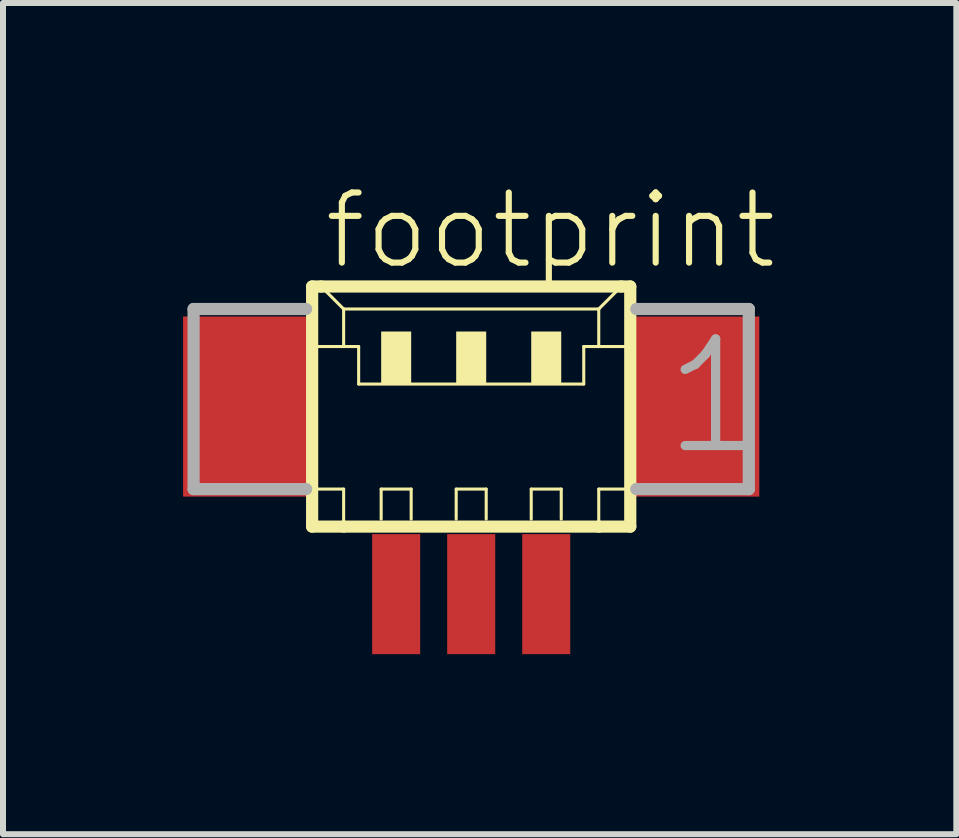
<source format=kicad_pcb>
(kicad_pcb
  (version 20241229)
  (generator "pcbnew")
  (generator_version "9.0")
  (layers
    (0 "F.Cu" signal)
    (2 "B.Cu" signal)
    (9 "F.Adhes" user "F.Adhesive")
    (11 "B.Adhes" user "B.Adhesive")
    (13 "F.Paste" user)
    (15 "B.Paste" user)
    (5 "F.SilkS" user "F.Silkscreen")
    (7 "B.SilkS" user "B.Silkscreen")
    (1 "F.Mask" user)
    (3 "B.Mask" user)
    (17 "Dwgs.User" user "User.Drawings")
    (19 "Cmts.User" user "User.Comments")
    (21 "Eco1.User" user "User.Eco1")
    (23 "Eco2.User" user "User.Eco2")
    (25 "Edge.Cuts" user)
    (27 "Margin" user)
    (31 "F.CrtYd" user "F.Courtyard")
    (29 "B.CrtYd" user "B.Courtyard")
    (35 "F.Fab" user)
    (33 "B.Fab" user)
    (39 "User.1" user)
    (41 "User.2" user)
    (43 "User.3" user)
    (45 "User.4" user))
  (footprint "footprint"
    (layer "F.Cu")
    (at 4.8 4.348)
    (property "Reference" "footprint" (at -2.5 -2.875 0) (layer "F.SilkS") (effects (font (size 1.168 1.168) (thickness 0.102)) (justify left bottom)))
    (fp_line (start -2.65 -2.625) (end -2.65 1.375) (stroke (width 0.203) (type solid)) (layer "F.SilkS"))
    (fp_line (start -2.65 1.375) (end -2.125 1.375) (stroke (width 0.203) (type solid)) (layer "F.SilkS"))
    (fp_line (start -2.625 -1.625) (end -2.125 -1.625) (stroke (width 0.051) (type solid)) (layer "F.SilkS"))
    (fp_line (start -2.625 0.75) (end -2.125 0.75) (stroke (width 0.051) (type solid)) (layer "F.SilkS"))
    (fp_line (start -2.5 -2.625) (end -2.65 -2.625) (stroke (width 0.203) (type solid)) (layer "F.SilkS"))
    (fp_line (start -2.125 -2.25) (end -2.5 -2.625) (stroke (width 0.051) (type solid)) (layer "F.SilkS"))
    (fp_line (start -2.125 -2.25) (end 2.125 -2.25) (stroke (width 0.051) (type solid)) (layer "F.SilkS"))
    (fp_line (start -2.125 -1.625) (end -2.125 -2.25) (stroke (width 0.051) (type solid)) (layer "F.SilkS"))
    (fp_line (start -2.125 -1.625) (end -1.875 -1.625) (stroke (width 0.051) (type solid)) (layer "F.SilkS"))
    (fp_line (start -2.125 0.75) (end -2.125 1.375) (stroke (width 0.051) (type solid)) (layer "F.SilkS"))
    (fp_line (start -2.125 1.375) (end 2.125 1.375) (stroke (width 0.203) (type solid)) (layer "F.SilkS"))
    (fp_line (start -1.875 -1.625) (end -1.875 -1) (stroke (width 0.051) (type solid)) (layer "F.SilkS"))
    (fp_line (start -1.875 -1) (end 1.875 -1) (stroke (width 0.051) (type solid)) (layer "F.SilkS"))
    (fp_line (start -1.5 0.75) (end -1 0.75) (stroke (width 0.051) (type solid)) (layer "F.SilkS"))
    (fp_line (start -1.5 1.25) (end -1.5 0.75) (stroke (width 0.051) (type solid)) (layer "F.SilkS"))
    (fp_line (start -1 0.75) (end -1 1.25) (stroke (width 0.051) (type solid)) (layer "F.SilkS"))
    (fp_line (start -0.25 0.75) (end 0.25 0.75) (stroke (width 0.051) (type solid)) (layer "F.SilkS"))
    (fp_line (start -0.25 1.25) (end -0.25 0.75) (stroke (width 0.051) (type solid)) (layer "F.SilkS"))
    (fp_line (start 0.25 0.75) (end 0.25 1.25) (stroke (width 0.051) (type solid)) (layer "F.SilkS"))
    (fp_line (start 1 0.75) (end 1.5 0.75) (stroke (width 0.051) (type solid)) (layer "F.SilkS"))
    (fp_line (start 1 1.25) (end 1 0.75) (stroke (width 0.051) (type solid)) (layer "F.SilkS"))
    (fp_line (start 1.5 0.75) (end 1.5 1.25) (stroke (width 0.051) (type solid)) (layer "F.SilkS"))
    (fp_line (start 1.875 -1.625) (end 1.875 -1) (stroke (width 0.051) (type solid)) (layer "F.SilkS"))
    (fp_line (start 1.875 -1.625) (end 2.125 -1.625) (stroke (width 0.051) (type solid)) (layer "F.SilkS"))
    (fp_line (start 2.125 -2.25) (end 2.125 -1.625) (stroke (width 0.051) (type solid)) (layer "F.SilkS"))
    (fp_line (start 2.125 -2.25) (end 2.5 -2.625) (stroke (width 0.051) (type solid)) (layer "F.SilkS"))
    (fp_line (start 2.125 -1.625) (end 2.625 -1.625) (stroke (width 0.051) (type solid)) (layer "F.SilkS"))
    (fp_line (start 2.125 0.75) (end 2.125 1.375) (stroke (width 0.051) (type solid)) (layer "F.SilkS"))
    (fp_line (start 2.125 0.75) (end 2.625 0.75) (stroke (width 0.051) (type solid)) (layer "F.SilkS"))
    (fp_line (start 2.125 1.375) (end 2.65 1.375) (stroke (width 0.203) (type solid)) (layer "F.SilkS"))
    (fp_line (start 2.5 -2.625) (end -2.5 -2.625) (stroke (width 0.203) (type solid)) (layer "F.SilkS"))
    (fp_line (start 2.65 -2.625) (end 2.5 -2.625) (stroke (width 0.203) (type solid)) (layer "F.SilkS"))
    (fp_line (start 2.65 1.375) (end 2.65 -2.625) (stroke (width 0.203) (type solid)) (layer "F.SilkS"))
    (fp_poly (pts (xy -1.5 -1) (xy -1 -1) (xy -1 -1.875) (xy -1.5 -1.875)) (stroke (width 0) (type solid)) (fill yes) (layer "F.SilkS"))
    (fp_poly (pts (xy -0.25 -1) (xy 0.25 -1) (xy 0.25 -1.875) (xy -0.25 -1.875)) (stroke (width 0) (type solid)) (fill yes) (layer "F.SilkS"))
    (fp_poly (pts (xy 1 -1) (xy 1.5 -1) (xy 1.5 -1.875) (xy 1 -1.875)) (stroke (width 0) (type solid)) (fill yes) (layer "F.SilkS"))
    (fp_line (start -4.625 -2.25) (end -4.625 0.75) (stroke (width 0.203) (type solid)) (layer "F.Fab"))
    (fp_line (start -4.625 0.75) (end -2.75 0.75) (stroke (width 0.203) (type solid)) (layer "F.Fab"))
    (fp_line (start -2.75 -2.25) (end -4.625 -2.25) (stroke (width 0.203) (type solid)) (layer "F.Fab"))
    (fp_line (start 2.75 0.75) (end 4.625 0.75) (stroke (width 0.203) (type solid)) (layer "F.Fab"))
    (fp_line (start 4.625 -2.25) (end 2.75 -2.25) (stroke (width 0.203) (type solid)) (layer "F.Fab"))
    (fp_line (start 4.625 0.75) (end 4.625 -2.25) (stroke (width 0.203) (type solid)) (layer "F.Fab"))
    (fp_text user "1" (at 3.125 0.25 0) (layer "F.Fab") (effects (font (size 1.776 1.776) (thickness 0.154)) (justify left bottom)))
    (pad "1" smd rect (at 1.25 2.5) (size 0.8 2) (layers "F.Cu" "F.Mask" "F.Paste"))
    (pad "2" smd rect (at 0 2.5) (size 0.8 2) (layers "F.Cu" "F.Mask" "F.Paste"))
    (pad "3" smd rect (at -1.25 2.5) (size 0.8 2) (layers "F.Cu" "F.Mask" "F.Paste"))
    (pad "S1" smd rect (at 3.75 -0.625) (size 2.1 3) (layers "F.Cu" "F.Mask" "F.Paste"))
    (pad "S2" smd rect (at -3.75 -0.625) (size 2.1 3) (layers "F.Cu" "F.Mask" "F.Paste")))
  (gr_rect
    (start -3 -3)
    (end 12.882 10.848)
    (stroke (width 0.1) (type default))
    (fill no)
    (layer "Edge.Cuts")))
</source>
